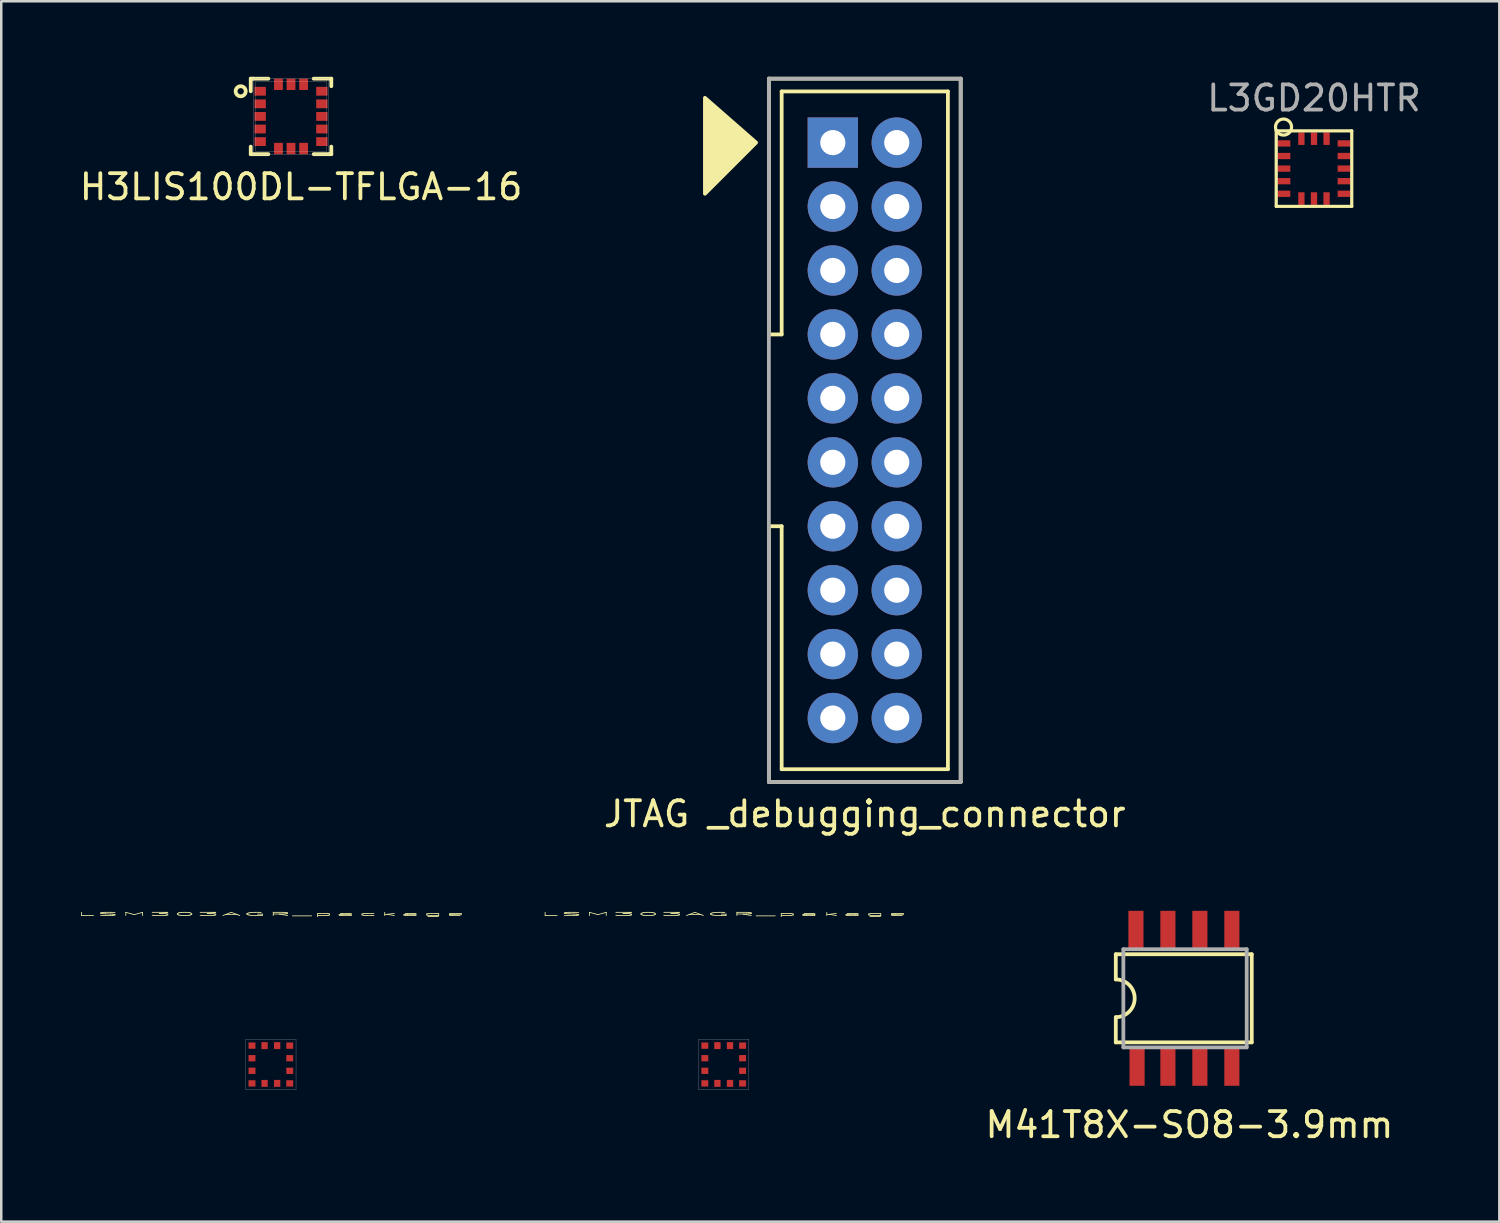
<source format=kicad_pcb>
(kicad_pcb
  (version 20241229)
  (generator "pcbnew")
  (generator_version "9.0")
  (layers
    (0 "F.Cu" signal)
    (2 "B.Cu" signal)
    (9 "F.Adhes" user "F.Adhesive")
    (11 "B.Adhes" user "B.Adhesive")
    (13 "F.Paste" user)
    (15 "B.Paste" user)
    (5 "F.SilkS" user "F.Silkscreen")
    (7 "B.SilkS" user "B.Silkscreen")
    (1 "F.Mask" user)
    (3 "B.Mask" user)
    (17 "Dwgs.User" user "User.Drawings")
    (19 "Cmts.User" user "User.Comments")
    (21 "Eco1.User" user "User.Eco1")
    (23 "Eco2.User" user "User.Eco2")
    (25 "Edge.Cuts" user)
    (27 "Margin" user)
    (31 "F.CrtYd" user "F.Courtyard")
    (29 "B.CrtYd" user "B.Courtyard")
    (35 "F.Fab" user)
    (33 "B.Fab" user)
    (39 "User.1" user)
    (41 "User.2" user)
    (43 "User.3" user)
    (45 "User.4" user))
  (footprint "JTAG _debugging_connector"
    (layer "F.Cu")
    (at 30.034 2.615)
    (property "Reference" "JTAG _debugging_connector" (at 1.27 26.67 0) (layer "F.SilkS") (effects (font (size 1 1) (thickness 0.15))))
    (attr through_hole)
    (fp_line (start -2.54 -2.54) (end 5.08 -2.54) (stroke (width 0.15) (type solid)) (layer "F.SilkS"))
    (fp_line (start -2.54 7.62) (end -2.54 -2.54) (stroke (width 0.15) (type solid)) (layer "F.SilkS"))
    (fp_line (start -2.54 7.62) (end -2.032 7.62) (stroke (width 0.15) (type solid)) (layer "F.SilkS"))
    (fp_line (start -2.54 15.24) (end -2.54 25.4) (stroke (width 0.15) (type solid)) (layer "F.SilkS"))
    (fp_line (start -2.54 15.24) (end -2.032 15.24) (stroke (width 0.15) (type solid)) (layer "F.SilkS"))
    (fp_line (start -2.032 -2.032) (end 4.572 -2.032) (stroke (width 0.15) (type solid)) (layer "F.SilkS"))
    (fp_line (start -2.032 7.62) (end -2.032 -2.032) (stroke (width 0.15) (type solid)) (layer "F.SilkS"))
    (fp_line (start -2.032 24.892) (end -2.032 15.24) (stroke (width 0.15) (type solid)) (layer "F.SilkS"))
    (fp_line (start 4.572 -2.032) (end 4.572 24.892) (stroke (width 0.15) (type solid)) (layer "F.SilkS"))
    (fp_line (start 4.572 24.892) (end -2.032 24.892) (stroke (width 0.15) (type solid)) (layer "F.SilkS"))
    (fp_line (start 5.08 -2.54) (end 5.08 25.4) (stroke (width 0.15) (type solid)) (layer "F.SilkS"))
    (fp_line (start 5.08 25.4) (end -2.54 25.4) (stroke (width 0.15) (type solid)) (layer "F.SilkS"))
    (fp_poly (pts (xy -5.08 -1.778) (xy -5.08 2.032) (xy -3.048 0)) (stroke (width 0.15) (type solid)) (fill yes) (layer "F.SilkS"))
    (fp_line (start -2.54 -2.54) (end 5.08 -2.54) (stroke (width 0.15) (type solid)) (layer "F.Fab"))
    (fp_line (start -2.54 25.4) (end -2.54 -2.54) (stroke (width 0.15) (type solid)) (layer "F.Fab"))
    (fp_line (start 5.08 -2.54) (end 5.08 25.4) (stroke (width 0.15) (type solid)) (layer "F.Fab"))
    (fp_line (start 5.08 25.4) (end -2.54 25.4) (stroke (width 0.15) (type solid)) (layer "F.Fab"))
    (pad "1" thru_hole rect (at 0 0) (size 2 2) (drill 1) (layers "*.Cu" "*.Mask"))
    (pad "2" thru_hole circle (at 2.54 0) (size 2 2) (drill 1) (layers "*.Cu" "*.Mask"))
    (pad "3" thru_hole circle (at 0 2.54) (size 2 2) (drill 1) (layers "*.Cu" "*.Mask"))
    (pad "4" thru_hole circle (at 2.54 2.54) (size 2 2) (drill 1) (layers "*.Cu" "*.Mask"))
    (pad "5" thru_hole circle (at 0 5.08) (size 2 2) (drill 1) (layers "*.Cu" "*.Mask"))
    (pad "6" thru_hole circle (at 2.54 5.08) (size 2 2) (drill 1) (layers "*.Cu" "*.Mask"))
    (pad "7" thru_hole circle (at 0 7.62) (size 2 2) (drill 1) (layers "*.Cu" "*.Mask"))
    (pad "8" thru_hole circle (at 2.54 7.62) (size 2 2) (drill 1) (layers "*.Cu" "*.Mask"))
    (pad "9" thru_hole circle (at 0 10.16) (size 2 2) (drill 1) (layers "*.Cu" "*.Mask"))
    (pad "10" thru_hole circle (at 2.54 10.16) (size 2 2) (drill 1) (layers "*.Cu" "*.Mask"))
    (pad "11" thru_hole circle (at 0 12.7) (size 2 2) (drill 1) (layers "*.Cu" "*.Mask"))
    (pad "12" thru_hole circle (at 2.54 12.7) (size 2 2) (drill 1) (layers "*.Cu" "*.Mask"))
    (pad "13" thru_hole circle (at 0 15.24) (size 2 2) (drill 1) (layers "*.Cu" "*.Mask"))
    (pad "14" thru_hole circle (at 2.54 15.24) (size 2 2) (drill 1) (layers "*.Cu" "*.Mask"))
    (pad "15" thru_hole circle (at 0 17.78) (size 2 2) (drill 1) (layers "*.Cu" "*.Mask"))
    (pad "16" thru_hole circle (at 2.54 17.78) (size 2 2) (drill 1) (layers "*.Cu" "*.Mask"))
    (pad "17" thru_hole circle (at 0 20.32) (size 2 2) (drill 1) (layers "*.Cu" "*.Mask"))
    (pad "18" thru_hole circle (at 2.54 20.32) (size 2 2) (drill 1) (layers "*.Cu" "*.Mask"))
    (pad "19" thru_hole circle (at 0 22.86) (size 2 2) (drill 1) (layers "*.Cu" "*.Mask"))
    (pad "20" thru_hole circle (at 2.54 22.86) (size 2 2) (drill 1) (layers "*.Cu" "*.Mask")))
  (footprint "L3GD20HTR"
    (layer "F.Cu")
    (at 49.149 3.648)
    (property "Reference" "L3GD20HTR" (at 0 -2.8 0) (layer "F.Fab") (effects (font (size 1 1) (thickness 0.15))))
    (attr smd)
    (fp_line (start -1.5 -1.5) (end 1.5 -1.5) (stroke (width 0.127) (type solid)) (layer "F.SilkS"))
    (fp_line (start -1.5 1.5) (end -1.5 -1.5) (stroke (width 0.127) (type solid)) (layer "F.SilkS"))
    (fp_line (start 1.5 -1.5) (end 1.5 1.5) (stroke (width 0.127) (type solid)) (layer "F.SilkS"))
    (fp_line (start 1.5 1.5) (end -1.5 1.5) (stroke (width 0.127) (type solid)) (layer "F.SilkS"))
    (fp_circle (center -1.21 -1.65) (end -0.891 -1.65) (stroke (width 0.127) (type solid)) (fill no) (layer "F.SilkS"))
    (pad "1" smd rect (at -1.19 -1 180) (size 0.5 0.25) (layers "F.Cu" "F.Mask" "F.Paste"))
    (pad "2" smd rect (at -1.19 -0.5 180) (size 0.5 0.25) (layers "F.Cu" "F.Mask" "F.Paste"))
    (pad "3" smd rect (at -1.19 0 180) (size 0.5 0.25) (layers "F.Cu" "F.Mask" "F.Paste"))
    (pad "4" smd rect (at -1.19 0.5 180) (size 0.5 0.25) (layers "F.Cu" "F.Mask" "F.Paste"))
    (pad "5" smd rect (at -1.19 1 180) (size 0.5 0.25) (layers "F.Cu" "F.Mask" "F.Paste"))
    (pad "6" smd rect (at -0.5 1.19 270) (size 0.5 0.25) (layers "F.Cu" "F.Mask" "F.Paste"))
    (pad "7" smd rect (at 0 1.19 270) (size 0.5 0.25) (layers "F.Cu" "F.Mask" "F.Paste"))
    (pad "8" smd rect (at 0.5 1.19 270) (size 0.5 0.25) (layers "F.Cu" "F.Mask" "F.Paste"))
    (pad "9" smd rect (at 1.19 1) (size 0.5 0.25) (layers "F.Cu" "F.Mask" "F.Paste"))
    (pad "10" smd rect (at 1.19 0.5) (size 0.5 0.25) (layers "F.Cu" "F.Mask" "F.Paste"))
    (pad "11" smd rect (at 1.19 0) (size 0.5 0.25) (layers "F.Cu" "F.Mask" "F.Paste"))
    (pad "12" smd rect (at 1.19 -0.5) (size 0.5 0.25) (layers "F.Cu" "F.Mask" "F.Paste"))
    (pad "13" smd rect (at 1.19 -1) (size 0.5 0.25) (layers "F.Cu" "F.Mask" "F.Paste"))
    (pad "14" smd rect (at 0.5 -1.19 90) (size 0.5 0.25) (layers "F.Cu" "F.Mask" "F.Paste"))
    (pad "15" smd rect (at 0 -1.19 90) (size 0.5 0.25) (layers "F.Cu" "F.Mask" "F.Paste"))
    (pad "16" smd rect (at -0.5 -1.19 90) (size 0.5 0.25) (layers "F.Cu" "F.Mask" "F.Paste")))
  (footprint "LSM303AGR_pakage"
    (layer "F.Cu")
    (at 25.7 39.238)
    (property "Reference" "LSM303AGR_pakage" (at 0 -5.975 0) (layer "F.SilkS") (effects (font (size 0.127 1) (thickness 0.032))))
    (attr through_hole)
    (fp_line (start -1 -1) (end 1 -1) (stroke (width 0.01) (type solid)) (layer "F.Fab"))
    (fp_line (start -1 1) (end -1 -1) (stroke (width 0.01) (type solid)) (layer "F.Fab"))
    (fp_line (start 1 -1) (end 1 1) (stroke (width 0.01) (type solid)) (layer "F.Fab"))
    (fp_line (start 1 1) (end -1 1) (stroke (width 0.01) (type solid)) (layer "F.Fab"))
    (pad "1" smd rect (at -0.75 -0.75) (size 0.275 0.25) (layers "F.Cu" "F.Mask" "F.Paste"))
    (pad "2" smd rect (at -0.75 -0.25) (size 0.275 0.25) (layers "F.Cu" "F.Mask" "F.Paste"))
    (pad "3" smd rect (at -0.75 0.25) (size 0.275 0.25) (layers "F.Cu" "F.Mask" "F.Paste"))
    (pad "4" smd rect (at -0.75 0.75) (size 0.275 0.25) (layers "F.Cu" "F.Mask" "F.Paste"))
    (pad "5" smd rect (at -0.25 0.75) (size 0.25 0.275) (layers "F.Cu" "F.Mask" "F.Paste"))
    (pad "6" smd rect (at 0.25 0.75) (size 0.25 0.275) (layers "F.Cu" "F.Mask" "F.Paste"))
    (pad "7" smd rect (at 0.75 0.75) (size 0.275 0.25) (layers "F.Cu" "F.Mask" "F.Paste"))
    (pad "8" smd rect (at 0.75 0.25) (size 0.275 0.25) (layers "F.Cu" "F.Mask" "F.Paste"))
    (pad "9" smd rect (at 0.75 -0.25) (size 0.275 0.25) (layers "F.Cu" "F.Mask" "F.Paste"))
    (pad "10" smd rect (at 0.75 -0.75) (size 0.275 0.25) (layers "F.Cu" "F.Mask" "F.Paste"))
    (pad "11" smd rect (at 0.25 -0.75) (size 0.25 0.275) (layers "F.Cu" "F.Mask" "F.Paste"))
    (pad "12" smd rect (at -0.25 -0.75) (size 0.25 0.275) (layers "F.Cu" "F.Mask" "F.Paste")))
  (footprint "H3LIS100DL-TFLGA-16"
    (layer "F.Cu")
    (at 8.511 1.575)
    (property "Reference" "H3LIS100DL-TFLGA-16" (at 0.4 2.8 0) (layer "F.SilkS") (effects (font (size 1 1) (thickness 0.15))))
    (attr through_hole)
    (fp_line (start -1.6 -1.5) (end -1.6 -1) (stroke (width 0.15) (type solid)) (layer "F.SilkS"))
    (fp_line (start -1.6 1.2) (end -1.6 1.5) (stroke (width 0.15) (type solid)) (layer "F.SilkS"))
    (fp_line (start -1.6 1.5) (end -0.9 1.5) (stroke (width 0.15) (type solid)) (layer "F.SilkS"))
    (fp_line (start -1.5 -1.5) (end -1.6 -1.5) (stroke (width 0.15) (type solid)) (layer "F.SilkS"))
    (fp_line (start -0.9 -1.5) (end -1.5 -1.5) (stroke (width 0.15) (type solid)) (layer "F.SilkS"))
    (fp_line (start 0.9 1.5) (end 1.5 1.5) (stroke (width 0.15) (type solid)) (layer "F.SilkS"))
    (fp_line (start 1.5 1.5) (end 1.6 1.5) (stroke (width 0.15) (type solid)) (layer "F.SilkS"))
    (fp_line (start 1.6 -1.5) (end 0.9 -1.5) (stroke (width 0.15) (type solid)) (layer "F.SilkS"))
    (fp_line (start 1.6 -1.2) (end 1.6 -1.5) (stroke (width 0.15) (type solid)) (layer "F.SilkS"))
    (fp_line (start 1.6 1.5) (end 1.6 1.2) (stroke (width 0.15) (type solid)) (layer "F.SilkS"))
    (fp_circle (center -2 -1) (end -1.8 -1) (stroke (width 0.15) (type solid)) (fill no) (layer "F.SilkS"))
    (fp_line (start -1.5 -1.5) (end 1.5 -1.5) (stroke (width 0.01) (type solid)) (layer "F.Fab"))
    (fp_line (start -1.5 0) (end -1.5 -1.5) (stroke (width 0.01) (type solid)) (layer "F.Fab"))
    (fp_line (start -1.5 1.5) (end -1.5 0) (stroke (width 0.01) (type solid)) (layer "F.Fab"))
    (fp_line (start -1.4 -1.4) (end -1.4 1.4) (stroke (width 0.01) (type solid)) (layer "F.Fab"))
    (fp_line (start -1.4 -1.4) (end 1.4 -1.4) (stroke (width 0.01) (type solid)) (layer "F.Fab"))
    (fp_line (start -1.4 1.4) (end 1.4 1.4) (stroke (width 0.01) (type solid)) (layer "F.Fab"))
    (fp_line (start 1.4 1.4) (end 1.4 -1.4) (stroke (width 0.01) (type solid)) (layer "F.Fab"))
    (fp_line (start 1.5 -1.5) (end 1.5 1.5) (stroke (width 0.01) (type solid)) (layer "F.Fab"))
    (fp_line (start 1.5 1.5) (end -1.5 1.5) (stroke (width 0.01) (type solid)) (layer "F.Fab"))
    (pad "1" smd rect (at -1.225 -1) (size 0.45 0.35) (layers "F.Cu" "F.Mask" "F.Paste"))
    (pad "2" smd rect (at -1.225 -0.5) (size 0.45 0.35) (layers "F.Cu" "F.Mask" "F.Paste"))
    (pad "3" smd rect (at -1.225 0) (size 0.45 0.35) (layers "F.Cu" "F.Mask" "F.Paste"))
    (pad "4" smd rect (at -1.225 0.5) (size 0.45 0.35) (layers "F.Cu" "F.Mask" "F.Paste"))
    (pad "5" smd rect (at -1.225 1) (size 0.45 0.35) (layers "F.Cu" "F.Mask" "F.Paste"))
    (pad "6" smd rect (at -0.5 1.275) (size 0.35 0.45) (layers "F.Cu" "F.Mask" "F.Paste"))
    (pad "7" smd rect (at 0 1.275) (size 0.35 0.45) (layers "F.Cu" "F.Mask" "F.Paste"))
    (pad "8" smd rect (at 0.5 1.275) (size 0.35 0.45) (layers "F.Cu" "F.Mask" "F.Paste"))
    (pad "9" smd rect (at 1.225 1) (size 0.45 0.35) (layers "F.Cu" "F.Mask" "F.Paste"))
    (pad "10" smd rect (at 1.225 0.5) (size 0.45 0.35) (layers "F.Cu" "F.Mask" "F.Paste"))
    (pad "11" smd rect (at 1.225 0) (size 0.45 0.35) (layers "F.Cu" "F.Mask" "F.Paste"))
    (pad "12" smd trapezoid (at 1.225 -0.5) (size 0.45 0.35) (layers "F.Cu" "F.Mask" "F.Paste"))
    (pad "13" smd rect (at 1.225 -1) (size 0.45 0.35) (layers "F.Cu" "F.Mask" "F.Paste"))
    (pad "14" smd rect (at 0.5 -1.275) (size 0.35 0.45) (layers "F.Cu" "F.Mask" "F.Paste"))
    (pad "15" smd rect (at 0 -1.275) (size 0.35 0.45) (layers "F.Cu" "F.Mask" "F.Paste"))
    (pad "16" smd rect (at -0.5 -1.275) (size 0.35 0.45) (layers "F.Cu" "F.Mask" "F.Paste")))
  (footprint "M41T8X-SO8-3.9mm"
    (layer "F.Cu")
    (at 44.026 36.608)
    (property "Reference" "M41T8X-SO8-3.9mm" (at 0.175 5.025 0) (layer "F.SilkS") (effects (font (size 1 1) (thickness 0.15))))
    (attr through_hole)
    (fp_line (start -2.75 -1.75) (end -2.75 -0.75) (stroke (width 0.15) (type solid)) (layer "F.SilkS"))
    (fp_line (start -2.75 1.75) (end -2.75 0.75) (stroke (width 0.15) (type solid)) (layer "F.SilkS"))
    (fp_line (start -2.75 1.75) (end 2.65 1.75) (stroke (width 0.15) (type solid)) (layer "F.SilkS"))
    (fp_line (start 2.65 -1.75) (end -2.75 -1.75) (stroke (width 0.15) (type solid)) (layer "F.SilkS"))
    (fp_line (start 2.65 1.75) (end 2.65 -1.75) (stroke (width 0.15) (type solid)) (layer "F.SilkS"))
    (fp_arc (start -2.75 -0.75) (mid -2 0) (end -2.75 0.75) (stroke (width 0.15) (type solid)) (layer "F.SilkS"))
    (fp_line (start -2.45 -1.95) (end 2.45 -1.95) (stroke (width 0.15) (type solid)) (layer "F.Fab"))
    (fp_line (start -2.45 1.95) (end -2.45 -1.95) (stroke (width 0.15) (type solid)) (layer "F.Fab"))
    (fp_line (start 2.45 -1.95) (end 2.45 1.95) (stroke (width 0.15) (type solid)) (layer "F.Fab"))
    (fp_line (start 2.45 1.95) (end -2.45 1.95) (stroke (width 0.15) (type solid)) (layer "F.Fab"))
    (pad "1" smd rect (at -1.905 2.7) (size 0.6 1.55) (layers "F.Cu" "F.Mask" "F.Paste"))
    (pad "2" smd rect (at -0.68 2.7) (size 0.6 1.55) (layers "F.Cu" "F.Mask" "F.Paste"))
    (pad "3" smd rect (at 0.59 2.7) (size 0.6 1.55) (layers "F.Cu" "F.Mask" "F.Paste"))
    (pad "4" smd rect (at 1.86 2.7) (size 0.6 1.55) (layers "F.Cu" "F.Mask" "F.Paste"))
    (pad "5" smd rect (at 1.86 -2.7) (size 0.6 1.55) (layers "F.Cu" "F.Mask" "F.Paste"))
    (pad "6" smd rect (at 0.59 -2.7) (size 0.6 1.55) (layers "F.Cu" "F.Mask" "F.Paste"))
    (pad "7" smd rect (at -0.68 -2.7) (size 0.6 1.55) (layers "F.Cu" "F.Mask" "F.Paste"))
    (pad "8" smd rect (at -1.95 -2.7) (size 0.6 1.55) (layers "F.Cu" "F.Mask" "F.Paste")))
  (footprint "LSM303AGR_package"
    (layer "F.Cu")
    (at 7.71 39.238)
    (property "Reference" "LSM303AGR_package" (at 0 -5.975 0) (layer "F.SilkS") (effects (font (size 0.127 1) (thickness 0.032))))
    (attr through_hole)
    (fp_line (start -1 -1) (end 1 -1) (stroke (width 0.01) (type solid)) (layer "F.Fab"))
    (fp_line (start -1 1) (end -1 -1) (stroke (width 0.01) (type solid)) (layer "F.Fab"))
    (fp_line (start 1 -1) (end 1 1) (stroke (width 0.01) (type solid)) (layer "F.Fab"))
    (fp_line (start 1 1) (end -1 1) (stroke (width 0.01) (type solid)) (layer "F.Fab"))
    (pad "1" smd rect (at -0.75 -0.75) (size 0.275 0.25) (layers "F.Cu" "F.Mask" "F.Paste"))
    (pad "2" smd rect (at -0.75 -0.25) (size 0.275 0.25) (layers "F.Cu" "F.Mask" "F.Paste"))
    (pad "3" smd rect (at -0.75 0.25) (size 0.275 0.25) (layers "F.Cu" "F.Mask" "F.Paste"))
    (pad "4" smd rect (at -0.75 0.75) (size 0.275 0.25) (layers "F.Cu" "F.Mask" "F.Paste"))
    (pad "5" smd rect (at -0.25 0.75) (size 0.25 0.275) (layers "F.Cu" "F.Mask" "F.Paste"))
    (pad "6" smd rect (at 0.25 0.75) (size 0.25 0.275) (layers "F.Cu" "F.Mask" "F.Paste"))
    (pad "7" smd rect (at 0.75 0.75) (size 0.275 0.25) (layers "F.Cu" "F.Mask" "F.Paste"))
    (pad "8" smd rect (at 0.75 0.25) (size 0.275 0.25) (layers "F.Cu" "F.Mask" "F.Paste"))
    (pad "9" smd rect (at 0.75 -0.25) (size 0.275 0.25) (layers "F.Cu" "F.Mask" "F.Paste"))
    (pad "10" smd rect (at 0.75 -0.75) (size 0.275 0.25) (layers "F.Cu" "F.Mask" "F.Paste"))
    (pad "11" smd rect (at 0.25 -0.75) (size 0.25 0.275) (layers "F.Cu" "F.Mask" "F.Paste"))
    (pad "12" smd rect (at -0.25 -0.75) (size 0.25 0.275) (layers "F.Cu" "F.Mask" "F.Paste")))
  (gr_rect
    (start -3 -3)
    (end 56.512 45.481)
    (stroke (width 0.1) (type default))
    (fill no)
    (layer "Edge.Cuts")))
</source>
